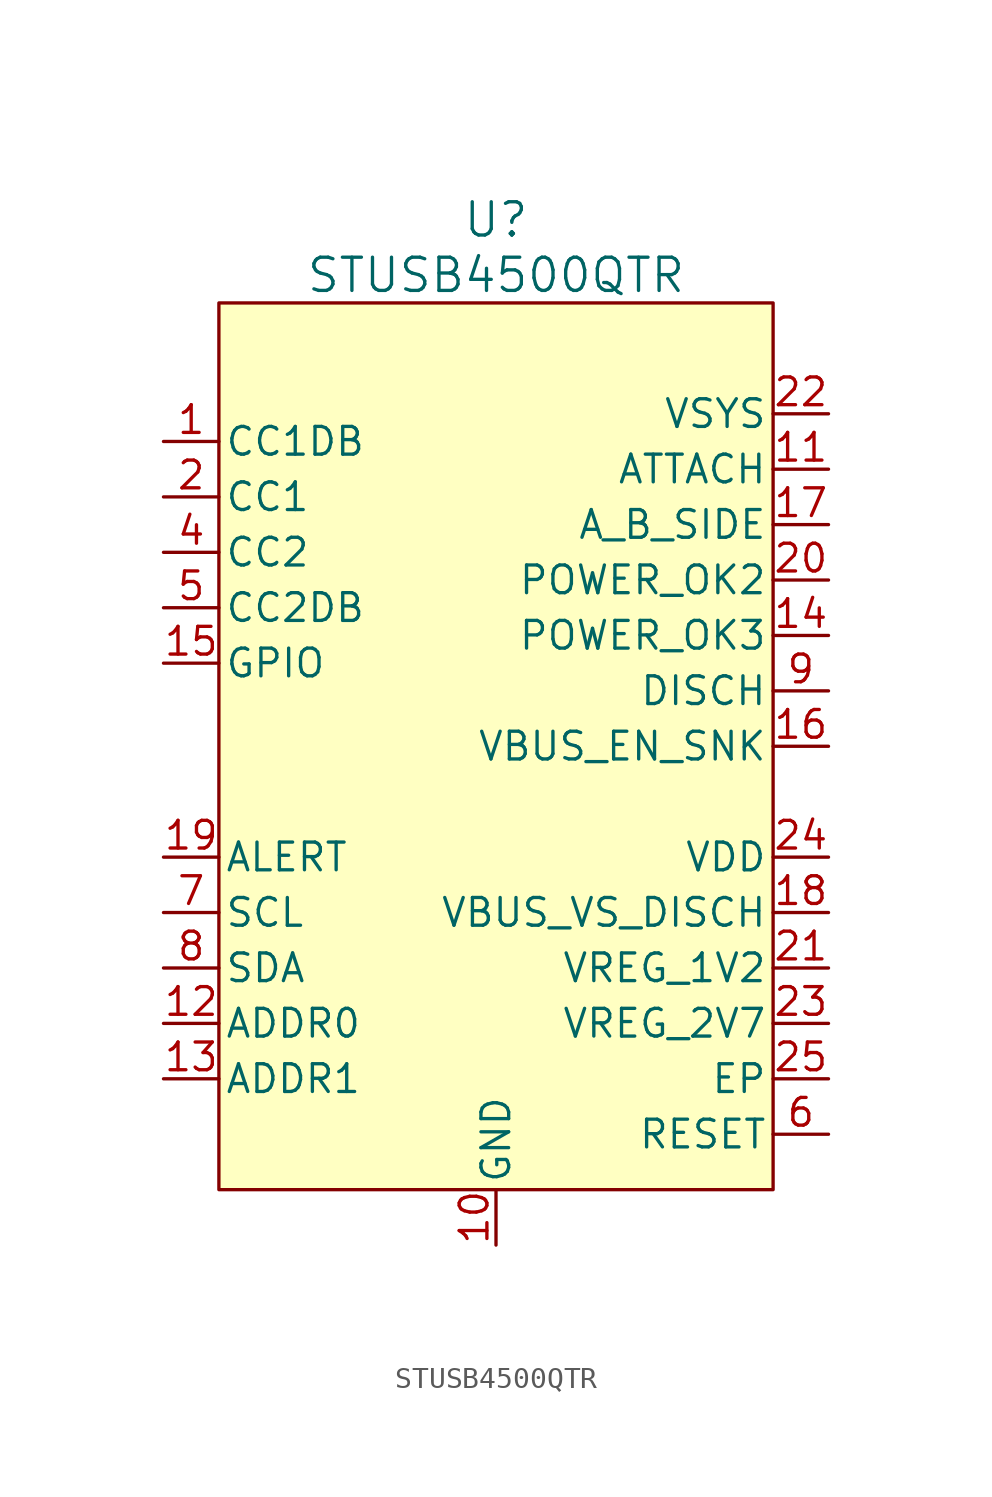
<source format=kicad_sym>
(kicad_symbol_lib
  (version 20220914)
  (generator kicad_symbol_editor)
  (symbol "STUSB4500QTR"
    (pin_names
      (offset 0.254))
    (property "Reference" "U"
      (at 0 24.13 0)
      (effects (font (size 1.524 1.524))))
    (property "Value" "STUSB4500QTR"
      (at 0 21.59 0)
      (effects (font (size 1.524 1.524))))
    (symbol "STUSB4500QTR_1_1"
      (rectangle (start -12.7 20.32) (end 12.7 -20.32) (stroke (width 0) (type default)) (fill (type background)))
      (pin unspecified line (at -15.24 13.97 0) (length 2.54) (name "CC1DB" (effects (font (size 1.27 1.27)))) (number "1" (effects (font (size 1.27 1.27)))))
      (pin power_out line (at 0 -22.86 90) (length 2.54) (name "GND" (effects (font (size 1.27 1.27)))) (number "10" (effects (font (size 1.27 1.27)))))
      (pin output line (at 15.24 12.7 180) (length 2.54) (name "ATTACH" (effects (font (size 1.27 1.27)))) (number "11" (effects (font (size 1.27 1.27)))))
      (pin input line (at -15.24 -12.7 0) (length 2.54) (name "ADDR0" (effects (font (size 1.27 1.27)))) (number "12" (effects (font (size 1.27 1.27)))))
      (pin input line (at -15.24 -15.24 0) (length 2.54) (name "ADDR1" (effects (font (size 1.27 1.27)))) (number "13" (effects (font (size 1.27 1.27)))))
      (pin output line (at 15.24 5.08 180) (length 2.54) (name "POWER_OK3" (effects (font (size 1.27 1.27)))) (number "14" (effects (font (size 1.27 1.27)))))
      (pin output line (at -15.24 3.81 0) (length 2.54) (name "GPIO" (effects (font (size 1.27 1.27)))) (number "15" (effects (font (size 1.27 1.27)))))
      (pin input line (at 15.24 0 180) (length 2.54) (name "VBUS_EN_SNK" (effects (font (size 1.27 1.27)))) (number "16" (effects (font (size 1.27 1.27)))))
      (pin output line (at 15.24 10.16 180) (length 2.54) (name "A_B_SIDE" (effects (font (size 1.27 1.27)))) (number "17" (effects (font (size 1.27 1.27)))))
      (pin input line (at 15.24 -7.62 180) (length 2.54) (name "VBUS_VS_DISCH" (effects (font (size 1.27 1.27)))) (number "18" (effects (font (size 1.27 1.27)))))
      (pin output line (at -15.24 -5.08 0) (length 2.54) (name "ALERT" (effects (font (size 1.27 1.27)))) (number "19" (effects (font (size 1.27 1.27)))))
      (pin unspecified line (at -15.24 11.43 0) (length 2.54) (name "CC1" (effects (font (size 1.27 1.27)))) (number "2" (effects (font (size 1.27 1.27)))))
      (pin output line (at 15.24 7.62 180) (length 2.54) (name "POWER_OK2" (effects (font (size 1.27 1.27)))) (number "20" (effects (font (size 1.27 1.27)))))
      (pin power_in line (at 15.24 -10.16 180) (length 2.54) (name "VREG_1V2" (effects (font (size 1.27 1.27)))) (number "21" (effects (font (size 1.27 1.27)))))
      (pin power_in line (at 15.24 15.24 180) (length 2.54) (name "VSYS" (effects (font (size 1.27 1.27)))) (number "22" (effects (font (size 1.27 1.27)))))
      (pin power_in line (at 15.24 -12.7 180) (length 2.54) (name "VREG_2V7" (effects (font (size 1.27 1.27)))) (number "23" (effects (font (size 1.27 1.27)))))
      (pin power_in line (at 15.24 -5.08 180) (length 2.54) (name "VDD" (effects (font (size 1.27 1.27)))) (number "24" (effects (font (size 1.27 1.27)))))
      (pin power_out line (at 15.24 -15.24 180) (length 2.54) (name "EP" (effects (font (size 1.27 1.27)))) (number "25" (effects (font (size 1.27 1.27)))))
      (pin no_connect line (at -12.7 0 0) (length 2.54) hide (name "NC" (effects (font (size 1.27 1.27)))) (number "3" (effects (font (size 1.27 1.27)))))
      (pin unspecified line (at -15.24 8.89 0) (length 2.54) (name "CC2" (effects (font (size 1.27 1.27)))) (number "4" (effects (font (size 1.27 1.27)))))
      (pin unspecified line (at -15.24 6.35 0) (length 2.54) (name "CC2DB" (effects (font (size 1.27 1.27)))) (number "5" (effects (font (size 1.27 1.27)))))
      (pin input line (at 15.24 -17.78 180) (length 2.54) (name "RESET" (effects (font (size 1.27 1.27)))) (number "6" (effects (font (size 1.27 1.27)))))
      (pin input line (at -15.24 -7.62 0) (length 2.54) (name "SCL" (effects (font (size 1.27 1.27)))) (number "7" (effects (font (size 1.27 1.27)))))
      (pin bidirectional line (at -15.24 -10.16 0) (length 2.54) (name "SDA" (effects (font (size 1.27 1.27)))) (number "8" (effects (font (size 1.27 1.27)))))
      (pin bidirectional line (at 15.24 2.54 180) (length 2.54) (name "DISCH" (effects (font (size 1.27 1.27)))) (number "9" (effects (font (size 1.27 1.27))))))))
</source>
